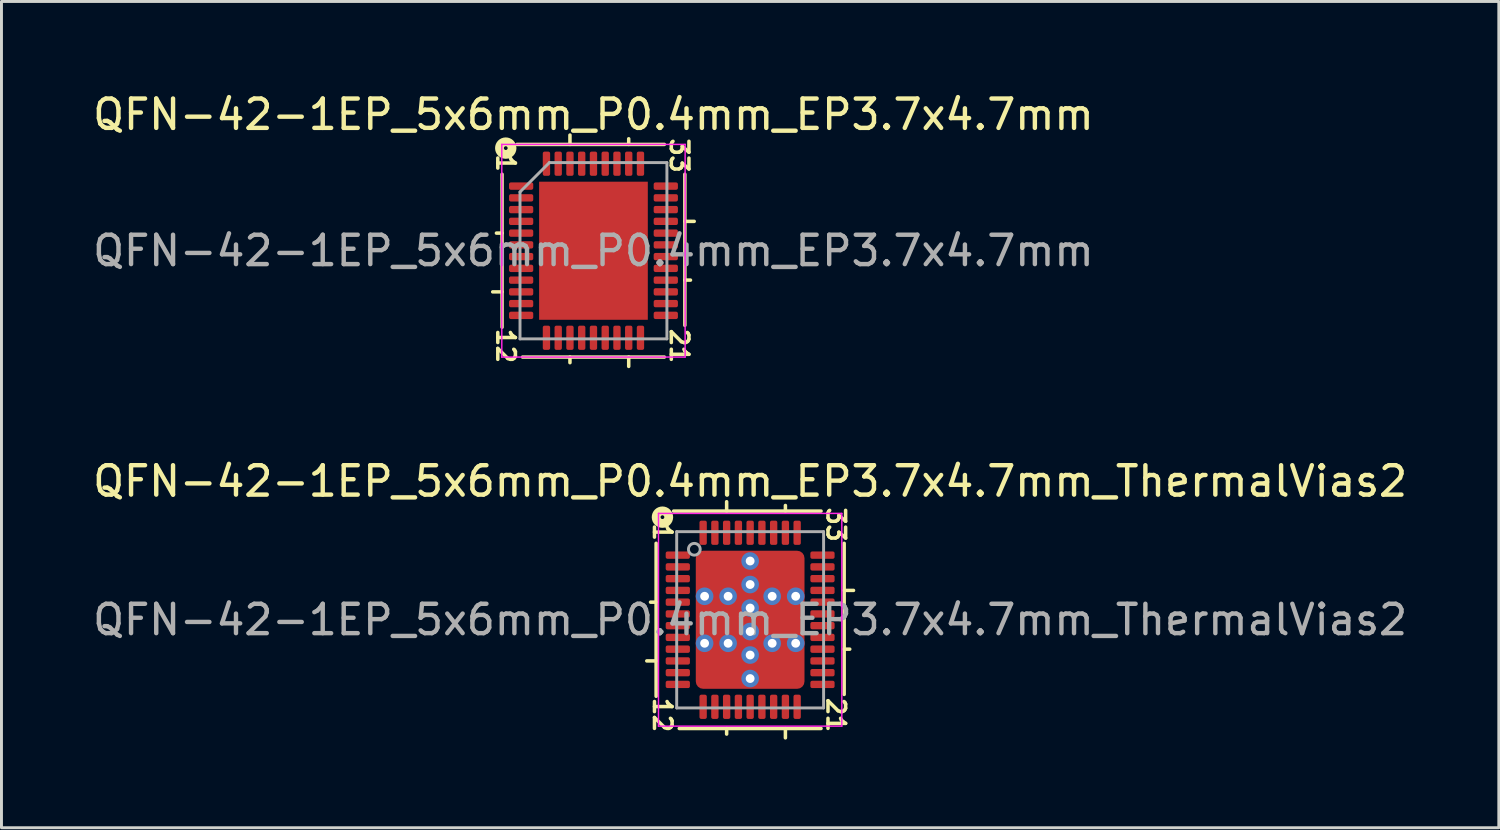
<source format=kicad_pcb>
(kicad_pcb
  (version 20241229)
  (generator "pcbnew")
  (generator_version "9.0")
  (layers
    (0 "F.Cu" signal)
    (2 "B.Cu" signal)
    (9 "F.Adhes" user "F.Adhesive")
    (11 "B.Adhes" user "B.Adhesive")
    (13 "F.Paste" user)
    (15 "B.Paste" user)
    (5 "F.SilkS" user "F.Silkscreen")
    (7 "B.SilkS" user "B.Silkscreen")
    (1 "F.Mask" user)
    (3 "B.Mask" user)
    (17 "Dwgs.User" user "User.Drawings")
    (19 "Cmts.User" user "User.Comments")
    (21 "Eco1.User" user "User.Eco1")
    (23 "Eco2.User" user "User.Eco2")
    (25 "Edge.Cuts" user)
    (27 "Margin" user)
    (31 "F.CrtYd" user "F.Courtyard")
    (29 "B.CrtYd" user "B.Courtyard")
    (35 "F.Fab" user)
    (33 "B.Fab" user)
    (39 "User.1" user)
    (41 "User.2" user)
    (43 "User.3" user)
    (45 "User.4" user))
  (footprint "QFN-42-1EP_5x6mm_P0.4mm_EP3.7x4.7mm_ThermalVias2"
    (layer "F.Cu")
    (at 22.482 18.045)
    (property "Reference" "QFN-42-1EP_5x6mm_P0.4mm_EP3.7x4.7mm_ThermalVias2" (at 0 -4.716 0) (layer "F.SilkS") (effects (font (size 1 1) (thickness 0.15))))
    (attr smd)
    (fp_line (start -3.2 -2.603) (end -3.2 2.603) (stroke (width 0.12) (type solid)) (layer "F.SilkS"))
    (fp_line (start -3.2 -0.6) (end -3.39 -0.6) (stroke (width 0.12) (type solid)) (layer "F.SilkS"))
    (fp_line (start -3.2 1.4) (end -3.518 1.4) (stroke (width 0.12) (type solid)) (layer "F.SilkS"))
    (fp_line (start -2.413 3.7) (end 2.413 3.7) (stroke (width 0.12) (type solid)) (layer "F.SilkS"))
    (fp_line (start -0.8 -4.018) (end -0.8 -3.7) (stroke (width 0.12) (type solid)) (layer "F.SilkS"))
    (fp_line (start -0.8 3.7) (end -0.8 3.89) (stroke (width 0.12) (type solid)) (layer "F.SilkS"))
    (fp_line (start 1.2 -3.89) (end 1.2 -3.7) (stroke (width 0.12) (type solid)) (layer "F.SilkS"))
    (fp_line (start 1.2 3.7) (end 1.2 4.018) (stroke (width 0.12) (type solid)) (layer "F.SilkS"))
    (fp_line (start 2.413 -3.7) (end -2.603 -3.7) (stroke (width 0.12) (type solid)) (layer "F.SilkS"))
    (fp_line (start 3.2 -1) (end 3.518 -1) (stroke (width 0.12) (type solid)) (layer "F.SilkS"))
    (fp_line (start 3.2 1) (end 3.39 1) (stroke (width 0.12) (type solid)) (layer "F.SilkS"))
    (fp_line (start 3.2 2.54) (end 3.2 -2.603) (stroke (width 0.12) (type solid)) (layer "F.SilkS"))
    (fp_circle (center -2.985 -3.493) (end -2.921 -3.493) (stroke (width 0.3) (type solid)) (fill no) (layer "F.SilkS"))
    (fp_line (start -3.12 -3.62) (end -3.12 3.62) (stroke (width 0.05) (type solid)) (layer "F.CrtYd"))
    (fp_line (start -3.12 3.62) (end 3.12 3.62) (stroke (width 0.05) (type solid)) (layer "F.CrtYd"))
    (fp_line (start 3.12 -3.62) (end -3.12 -3.62) (stroke (width 0.05) (type solid)) (layer "F.CrtYd"))
    (fp_line (start 3.12 3.62) (end 3.12 -3.62) (stroke (width 0.05) (type solid)) (layer "F.CrtYd"))
    (fp_line (start -2.5 -3) (end 2.5 -3) (stroke (width 0.1) (type solid)) (layer "F.Fab"))
    (fp_line (start -2.5 3) (end -2.5 -3) (stroke (width 0.1) (type solid)) (layer "F.Fab"))
    (fp_line (start 2.5 -3) (end 2.5 3) (stroke (width 0.1) (type solid)) (layer "F.Fab"))
    (fp_line (start 2.5 3) (end -2.5 3) (stroke (width 0.1) (type solid)) (layer "F.Fab"))
    (fp_circle (center -1.9 -2.4) (end -1.7 -2.4) (stroke (width 0.1) (type solid)) (fill no) (layer "F.Fab"))
    (fp_text user "12" (at -2.985 3.239 270) (unlocked yes) (layer "F.SilkS") (effects (font (size 0.6 0.6) (thickness 0.12))))
    (fp_text user "21" (at 2.921 3.239 270) (unlocked yes) (layer "F.SilkS") (effects (font (size 0.6 0.6) (thickness 0.12))))
    (fp_text user "33" (at 2.921 -3.239 270) (unlocked yes) (layer "F.SilkS") (effects (font (size 0.6 0.6) (thickness 0.12))))
    (fp_text user "1" (at -2.985 -2.985 270) (unlocked yes) (layer "F.SilkS") (effects (font (size 0.6 0.6) (thickness 0.12))))
    (fp_text user "${REFERENCE}" (at 0 0 0) (layer "F.Fab") (effects (font (size 1 1) (thickness 0.15))))
    (pad "" smd roundrect (at -1.363 -1.675) (size 0.475 0.85) (layers "F.Paste") (roundrect_rratio 0.25))
    (pad "" smd roundrect (at -1.363 0) (size 0.475 0.7) (layers "F.Paste") (roundrect_rratio 0.25))
    (pad "" smd roundrect (at -1.363 1.675) (size 0.475 0.85) (layers "F.Paste") (roundrect_rratio 0.25))
    (pad "" smd roundrect (at -1.025 -1.675 90) (size 1.15 1.45) (layers "F.Mask") (roundrect_rratio 0.217))
    (pad "" smd roundrect (at -1.025 0 90) (size 1 1.45) (layers "F.Mask") (roundrect_rratio 0.25))
    (pad "" smd roundrect (at -1.025 1.675 90) (size 1.15 1.45) (layers "F.Mask") (roundrect_rratio 0.217))
    (pad "" smd roundrect (at -0.688 -1.675) (size 0.475 0.85) (layers "F.Paste") (roundrect_rratio 0.25))
    (pad "" smd roundrect (at -0.688 0) (size 0.475 0.7) (layers "F.Paste") (roundrect_rratio 0.25))
    (pad "" smd roundrect (at -0.688 1.675) (size 0.475 0.85) (layers "F.Paste") (roundrect_rratio 0.25))
    (pad "" smd roundrect (at 0.688 -1.675) (size 0.475 0.85) (layers "F.Paste") (roundrect_rratio 0.25))
    (pad "" smd roundrect (at 0.688 0) (size 0.475 0.7) (layers "F.Paste") (roundrect_rratio 0.25))
    (pad "" smd roundrect (at 0.688 1.675) (size 0.475 0.85) (layers "F.Paste") (roundrect_rratio 0.25))
    (pad "" smd roundrect (at 1.025 -1.675 90) (size 1.15 1.45) (layers "F.Mask") (roundrect_rratio 0.217))
    (pad "" smd roundrect (at 1.025 0 90) (size 1 1.45) (layers "F.Mask") (roundrect_rratio 0.25))
    (pad "" smd roundrect (at 1.025 1.675 90) (size 1.15 1.45) (layers "F.Mask") (roundrect_rratio 0.217))
    (pad "" smd roundrect (at 1.363 -1.675) (size 0.475 0.85) (layers "F.Paste") (roundrect_rratio 0.25))
    (pad "" smd roundrect (at 1.363 0) (size 0.475 0.7) (layers "F.Paste") (roundrect_rratio 0.25))
    (pad "" smd roundrect (at 1.363 1.675) (size 0.475 0.85) (layers "F.Paste") (roundrect_rratio 0.25))
    (pad "1" smd roundrect (at -2.462 -2.2) (size 0.825 0.25) (layers "F.Cu" "F.Mask" "F.Paste") (roundrect_rratio 0.25))
    (pad "2" smd roundrect (at -2.462 -1.8) (size 0.825 0.25) (layers "F.Cu" "F.Mask" "F.Paste") (roundrect_rratio 0.25))
    (pad "3" smd roundrect (at -2.462 -1.4) (size 0.825 0.25) (layers "F.Cu" "F.Mask" "F.Paste") (roundrect_rratio 0.25))
    (pad "4" smd roundrect (at -2.462 -1) (size 0.825 0.25) (layers "F.Cu" "F.Mask" "F.Paste") (roundrect_rratio 0.25))
    (pad "5" smd roundrect (at -2.462 -0.6) (size 0.825 0.25) (layers "F.Cu" "F.Mask" "F.Paste") (roundrect_rratio 0.25))
    (pad "6" smd roundrect (at -2.462 -0.2) (size 0.825 0.25) (layers "F.Cu" "F.Mask" "F.Paste") (roundrect_rratio 0.25))
    (pad "7" smd roundrect (at -2.462 0.2) (size 0.825 0.25) (layers "F.Cu" "F.Mask" "F.Paste") (roundrect_rratio 0.25))
    (pad "8" smd roundrect (at -2.462 0.6) (size 0.825 0.25) (layers "F.Cu" "F.Mask" "F.Paste") (roundrect_rratio 0.25))
    (pad "9" smd roundrect (at -2.462 1) (size 0.825 0.25) (layers "F.Cu" "F.Mask" "F.Paste") (roundrect_rratio 0.25))
    (pad "10" smd roundrect (at -2.462 1.4) (size 0.825 0.25) (layers "F.Cu" "F.Mask" "F.Paste") (roundrect_rratio 0.25))
    (pad "11" smd roundrect (at -2.462 1.8) (size 0.825 0.25) (layers "F.Cu" "F.Mask" "F.Paste") (roundrect_rratio 0.25))
    (pad "12" smd roundrect (at -2.462 2.2) (size 0.825 0.25) (layers "F.Cu" "F.Mask" "F.Paste") (roundrect_rratio 0.25))
    (pad "13" smd roundrect (at -1.6 2.962) (size 0.25 0.825) (layers "F.Cu" "F.Mask" "F.Paste") (roundrect_rratio 0.25))
    (pad "14" smd roundrect (at -1.2 2.962) (size 0.25 0.825) (layers "F.Cu" "F.Mask" "F.Paste") (roundrect_rratio 0.25))
    (pad "15" smd roundrect (at -0.8 2.962) (size 0.25 0.825) (layers "F.Cu" "F.Mask" "F.Paste") (roundrect_rratio 0.25))
    (pad "16" smd roundrect (at -0.4 2.962) (size 0.25 0.825) (layers "F.Cu" "F.Mask" "F.Paste") (roundrect_rratio 0.25))
    (pad "17" smd roundrect (at 0 2.962) (size 0.25 0.825) (layers "F.Cu" "F.Mask" "F.Paste") (roundrect_rratio 0.25))
    (pad "18" smd roundrect (at 0.4 2.962) (size 0.25 0.825) (layers "F.Cu" "F.Mask" "F.Paste") (roundrect_rratio 0.25))
    (pad "19" smd roundrect (at 0.8 2.962) (size 0.25 0.825) (layers "F.Cu" "F.Mask" "F.Paste") (roundrect_rratio 0.25))
    (pad "20" smd roundrect (at 1.2 2.962) (size 0.25 0.825) (layers "F.Cu" "F.Mask" "F.Paste") (roundrect_rratio 0.25))
    (pad "21" smd roundrect (at 1.6 2.962) (size 0.25 0.825) (layers "F.Cu" "F.Mask" "F.Paste") (roundrect_rratio 0.25))
    (pad "22" smd roundrect (at 2.462 2.2) (size 0.825 0.25) (layers "F.Cu" "F.Mask" "F.Paste") (roundrect_rratio 0.25))
    (pad "23" smd roundrect (at 2.462 1.8) (size 0.825 0.25) (layers "F.Cu" "F.Mask" "F.Paste") (roundrect_rratio 0.25))
    (pad "24" smd roundrect (at 2.462 1.4) (size 0.825 0.25) (layers "F.Cu" "F.Mask" "F.Paste") (roundrect_rratio 0.25))
    (pad "25" smd roundrect (at 2.462 1) (size 0.825 0.25) (layers "F.Cu" "F.Mask" "F.Paste") (roundrect_rratio 0.25))
    (pad "26" smd roundrect (at 2.462 0.6) (size 0.825 0.25) (layers "F.Cu" "F.Mask" "F.Paste") (roundrect_rratio 0.25))
    (pad "27" smd roundrect (at 2.462 0.2) (size 0.825 0.25) (layers "F.Cu" "F.Mask" "F.Paste") (roundrect_rratio 0.25))
    (pad "28" smd roundrect (at 2.462 -0.2) (size 0.825 0.25) (layers "F.Cu" "F.Mask" "F.Paste") (roundrect_rratio 0.25))
    (pad "29" smd roundrect (at 2.462 -0.6) (size 0.825 0.25) (layers "F.Cu" "F.Mask" "F.Paste") (roundrect_rratio 0.25))
    (pad "30" smd roundrect (at 2.462 -1) (size 0.825 0.25) (layers "F.Cu" "F.Mask" "F.Paste") (roundrect_rratio 0.25))
    (pad "31" smd roundrect (at 2.462 -1.4) (size 0.825 0.25) (layers "F.Cu" "F.Mask" "F.Paste") (roundrect_rratio 0.25))
    (pad "32" smd roundrect (at 2.462 -1.8) (size 0.825 0.25) (layers "F.Cu" "F.Mask" "F.Paste") (roundrect_rratio 0.25))
    (pad "33" smd roundrect (at 2.462 -2.2) (size 0.825 0.25) (layers "F.Cu" "F.Mask" "F.Paste") (roundrect_rratio 0.25))
    (pad "34" smd roundrect (at 1.6 -2.962) (size 0.25 0.825) (layers "F.Cu" "F.Mask" "F.Paste") (roundrect_rratio 0.25))
    (pad "35" smd roundrect (at 1.2 -2.962) (size 0.25 0.825) (layers "F.Cu" "F.Mask" "F.Paste") (roundrect_rratio 0.25))
    (pad "36" smd roundrect (at 0.8 -2.962) (size 0.25 0.825) (layers "F.Cu" "F.Mask" "F.Paste") (roundrect_rratio 0.25))
    (pad "37" smd roundrect (at 0.4 -2.962) (size 0.25 0.825) (layers "F.Cu" "F.Mask" "F.Paste") (roundrect_rratio 0.25))
    (pad "38" smd roundrect (at 0 -2.962) (size 0.25 0.825) (layers "F.Cu" "F.Mask" "F.Paste") (roundrect_rratio 0.25))
    (pad "39" smd roundrect (at -0.4 -2.962) (size 0.25 0.825) (layers "F.Cu" "F.Mask" "F.Paste") (roundrect_rratio 0.25))
    (pad "40" smd roundrect (at -0.8 -2.962) (size 0.25 0.825) (layers "F.Cu" "F.Mask" "F.Paste") (roundrect_rratio 0.25))
    (pad "41" smd roundrect (at -1.2 -2.962) (size 0.25 0.825) (layers "F.Cu" "F.Mask" "F.Paste") (roundrect_rratio 0.25))
    (pad "42" smd roundrect (at -1.6 -2.962) (size 0.25 0.825) (layers "F.Cu" "F.Mask" "F.Paste") (roundrect_rratio 0.25))
    (pad "43" thru_hole circle (at -1.55 -0.8) (size 0.6 0.6) (drill 0.3) (property pad_prop_heatsink) (layers "*.Cu" "*.Mask"))
    (pad "43" thru_hole circle (at -1.55 0.8) (size 0.6 0.6) (drill 0.3) (property pad_prop_heatsink) (layers "*.Cu" "*.Mask"))
    (pad "43" thru_hole circle (at -0.75 -0.8) (size 0.6 0.6) (drill 0.3) (property pad_prop_heatsink) (layers "*.Cu" "*.Mask"))
    (pad "43" thru_hole circle (at -0.75 0.8) (size 0.6 0.6) (drill 0.3) (property pad_prop_heatsink) (layers "*.Cu" "*.Mask"))
    (pad "43" thru_hole circle (at 0 -2) (size 0.6 0.6) (drill 0.3) (property pad_prop_heatsink) (layers "*.Cu" "*.Mask"))
    (pad "43" thru_hole circle (at 0 -1.2) (size 0.6 0.6) (drill 0.3) (property pad_prop_heatsink) (layers "*.Cu" "*.Mask"))
    (pad "43" thru_hole circle (at 0 -0.4) (size 0.6 0.6) (drill 0.3) (property pad_prop_heatsink) (layers "*.Cu" "*.Mask"))
    (pad "43" smd roundrect (at 0 0) (size 3.7 4.7) (layers "F.Cu") (roundrect_rratio 0.068))
    (pad "43" thru_hole circle (at 0 0.4) (size 0.6 0.6) (drill 0.3) (property pad_prop_heatsink) (layers "*.Cu" "*.Mask"))
    (pad "43" thru_hole circle (at 0 1.2) (size 0.6 0.6) (drill 0.3) (property pad_prop_heatsink) (layers "*.Cu" "*.Mask"))
    (pad "43" thru_hole circle (at 0 2) (size 0.6 0.6) (drill 0.3) (property pad_prop_heatsink) (layers "*.Cu" "*.Mask"))
    (pad "43" thru_hole circle (at 0.75 -0.8) (size 0.6 0.6) (drill 0.3) (property pad_prop_heatsink) (layers "*.Cu" "*.Mask"))
    (pad "43" thru_hole circle (at 0.75 0.8) (size 0.6 0.6) (drill 0.3) (property pad_prop_heatsink) (layers "*.Cu" "*.Mask"))
    (pad "43" thru_hole circle (at 1.55 -0.8) (size 0.6 0.6) (drill 0.3) (property pad_prop_heatsink) (layers "*.Cu" "*.Mask"))
    (pad "43" thru_hole circle (at 1.55 0.8) (size 0.6 0.6) (drill 0.3) (property pad_prop_heatsink) (layers "*.Cu" "*.Mask")))
  (footprint "QFN-42-1EP_5x6mm_P0.4mm_EP3.7x4.7mm"
    (layer "F.Cu")
    (at 17.149 5.484)
    (property "Reference" "QFN-42-1EP_5x6mm_P0.4mm_EP3.7x4.7mm" (at 0 -4.636 0) (layer "F.SilkS") (effects (font (size 1 1) (thickness 0.15))))
    (attr smd)
    (fp_line (start -3.111 -2.603) (end -3.111 2.603) (stroke (width 0.12) (type solid)) (layer "F.SilkS"))
    (fp_line (start -3.111 -0.6) (end -3.302 -0.6) (stroke (width 0.12) (type solid)) (layer "F.SilkS"))
    (fp_line (start -3.111 1.4) (end -3.429 1.4) (stroke (width 0.12) (type solid)) (layer "F.SilkS"))
    (fp_line (start -2.413 3.619) (end 2.413 3.619) (stroke (width 0.12) (type solid)) (layer "F.SilkS"))
    (fp_line (start -0.8 -3.937) (end -0.8 -3.619) (stroke (width 0.12) (type solid)) (layer "F.SilkS"))
    (fp_line (start -0.8 3.619) (end -0.8 3.81) (stroke (width 0.12) (type solid)) (layer "F.SilkS"))
    (fp_line (start 1.2 -3.81) (end 1.2 -3.619) (stroke (width 0.12) (type solid)) (layer "F.SilkS"))
    (fp_line (start 1.2 3.619) (end 1.2 3.937) (stroke (width 0.12) (type solid)) (layer "F.SilkS"))
    (fp_line (start 2.413 -3.619) (end -2.603 -3.619) (stroke (width 0.12) (type solid)) (layer "F.SilkS"))
    (fp_line (start 3.111 -1) (end 3.429 -1) (stroke (width 0.12) (type solid)) (layer "F.SilkS"))
    (fp_line (start 3.111 1) (end 3.302 1) (stroke (width 0.12) (type solid)) (layer "F.SilkS"))
    (fp_line (start 3.111 2.54) (end 3.111 -2.603) (stroke (width 0.12) (type solid)) (layer "F.SilkS"))
    (fp_circle (center -2.985 -3.493) (end -2.921 -3.493) (stroke (width 0.3) (type solid)) (fill no) (layer "F.SilkS"))
    (fp_line (start -3.12 -3.62) (end -3.12 3.62) (stroke (width 0.05) (type solid)) (layer "F.CrtYd"))
    (fp_line (start -3.12 3.62) (end 3.12 3.62) (stroke (width 0.05) (type solid)) (layer "F.CrtYd"))
    (fp_line (start 3.12 -3.62) (end -3.12 -3.62) (stroke (width 0.05) (type solid)) (layer "F.CrtYd"))
    (fp_line (start 3.12 3.62) (end 3.12 -3.62) (stroke (width 0.05) (type solid)) (layer "F.CrtYd"))
    (fp_line (start -2.5 -2) (end -1.5 -3) (stroke (width 0.1) (type solid)) (layer "F.Fab"))
    (fp_line (start -2.5 3) (end -2.5 -2) (stroke (width 0.1) (type solid)) (layer "F.Fab"))
    (fp_line (start -1.5 -3) (end 2.5 -3) (stroke (width 0.1) (type solid)) (layer "F.Fab"))
    (fp_line (start 2.5 -3) (end 2.5 3) (stroke (width 0.1) (type solid)) (layer "F.Fab"))
    (fp_line (start 2.5 3) (end -2.5 3) (stroke (width 0.1) (type solid)) (layer "F.Fab"))
    (fp_text user "33" (at 2.921 -3.239 270) (unlocked yes) (layer "F.SilkS") (effects (font (size 0.6 0.6) (thickness 0.12))))
    (fp_text user "12" (at -2.985 3.239 270) (unlocked yes) (layer "F.SilkS") (effects (font (size 0.6 0.6) (thickness 0.12))))
    (fp_text user "1" (at -2.985 -2.985 270) (unlocked yes) (layer "F.SilkS") (effects (font (size 0.6 0.6) (thickness 0.12))))
    (fp_text user "21" (at 2.921 3.239 270) (unlocked yes) (layer "F.SilkS") (effects (font (size 0.6 0.6) (thickness 0.12))))
    (fp_text user "${REFERENCE}" (at 0 0 0) (layer "F.Fab") (effects (font (size 1 1) (thickness 0.15))))
    (pad "" smd roundrect (at -1.23 -1.77) (size 0.99 0.95) (layers "F.Paste") (roundrect_rratio 0.25))
    (pad "" smd roundrect (at -1.23 -0.59) (size 0.99 0.95) (layers "F.Paste") (roundrect_rratio 0.25))
    (pad "" smd roundrect (at -1.23 0.59) (size 0.99 0.95) (layers "F.Paste") (roundrect_rratio 0.25))
    (pad "" smd roundrect (at -1.23 1.77) (size 0.99 0.95) (layers "F.Paste") (roundrect_rratio 0.25))
    (pad "" smd roundrect (at 0 -1.77) (size 0.99 0.95) (layers "F.Paste") (roundrect_rratio 0.25))
    (pad "" smd roundrect (at 0 -0.59) (size 0.99 0.95) (layers "F.Paste") (roundrect_rratio 0.25))
    (pad "" smd roundrect (at 0 0.59) (size 0.99 0.95) (layers "F.Paste") (roundrect_rratio 0.25))
    (pad "" smd roundrect (at 0 1.77) (size 0.99 0.95) (layers "F.Paste") (roundrect_rratio 0.25))
    (pad "" smd roundrect (at 1.23 -1.77) (size 0.99 0.95) (layers "F.Paste") (roundrect_rratio 0.25))
    (pad "" smd roundrect (at 1.23 -0.59) (size 0.99 0.95) (layers "F.Paste") (roundrect_rratio 0.25))
    (pad "" smd roundrect (at 1.23 0.59) (size 0.99 0.95) (layers "F.Paste") (roundrect_rratio 0.25))
    (pad "" smd roundrect (at 1.23 1.77) (size 0.99 0.95) (layers "F.Paste") (roundrect_rratio 0.25))
    (pad "1" smd roundrect (at -2.462 -2.2) (size 0.825 0.25) (layers "F.Cu" "F.Mask" "F.Paste") (roundrect_rratio 0.25))
    (pad "2" smd roundrect (at -2.462 -1.8) (size 0.825 0.25) (layers "F.Cu" "F.Mask" "F.Paste") (roundrect_rratio 0.25))
    (pad "3" smd roundrect (at -2.462 -1.4) (size 0.825 0.25) (layers "F.Cu" "F.Mask" "F.Paste") (roundrect_rratio 0.25))
    (pad "4" smd roundrect (at -2.462 -1) (size 0.825 0.25) (layers "F.Cu" "F.Mask" "F.Paste") (roundrect_rratio 0.25))
    (pad "5" smd roundrect (at -2.462 -0.6) (size 0.825 0.25) (layers "F.Cu" "F.Mask" "F.Paste") (roundrect_rratio 0.25))
    (pad "6" smd roundrect (at -2.462 -0.2) (size 0.825 0.25) (layers "F.Cu" "F.Mask" "F.Paste") (roundrect_rratio 0.25))
    (pad "7" smd roundrect (at -2.462 0.2) (size 0.825 0.25) (layers "F.Cu" "F.Mask" "F.Paste") (roundrect_rratio 0.25))
    (pad "8" smd roundrect (at -2.462 0.6) (size 0.825 0.25) (layers "F.Cu" "F.Mask" "F.Paste") (roundrect_rratio 0.25))
    (pad "9" smd roundrect (at -2.462 1) (size 0.825 0.25) (layers "F.Cu" "F.Mask" "F.Paste") (roundrect_rratio 0.25))
    (pad "10" smd roundrect (at -2.462 1.4) (size 0.825 0.25) (layers "F.Cu" "F.Mask" "F.Paste") (roundrect_rratio 0.25))
    (pad "11" smd roundrect (at -2.462 1.8) (size 0.825 0.25) (layers "F.Cu" "F.Mask" "F.Paste") (roundrect_rratio 0.25))
    (pad "12" smd roundrect (at -2.462 2.2) (size 0.825 0.25) (layers "F.Cu" "F.Mask" "F.Paste") (roundrect_rratio 0.25))
    (pad "13" smd roundrect (at -1.6 2.962) (size 0.25 0.825) (layers "F.Cu" "F.Mask" "F.Paste") (roundrect_rratio 0.25))
    (pad "14" smd roundrect (at -1.2 2.962) (size 0.25 0.825) (layers "F.Cu" "F.Mask" "F.Paste") (roundrect_rratio 0.25))
    (pad "15" smd roundrect (at -0.8 2.962) (size 0.25 0.825) (layers "F.Cu" "F.Mask" "F.Paste") (roundrect_rratio 0.25))
    (pad "16" smd roundrect (at -0.4 2.962) (size 0.25 0.825) (layers "F.Cu" "F.Mask" "F.Paste") (roundrect_rratio 0.25))
    (pad "17" smd roundrect (at 0 2.962) (size 0.25 0.825) (layers "F.Cu" "F.Mask" "F.Paste") (roundrect_rratio 0.25))
    (pad "18" smd roundrect (at 0.4 2.962) (size 0.25 0.825) (layers "F.Cu" "F.Mask" "F.Paste") (roundrect_rratio 0.25))
    (pad "19" smd roundrect (at 0.8 2.962) (size 0.25 0.825) (layers "F.Cu" "F.Mask" "F.Paste") (roundrect_rratio 0.25))
    (pad "20" smd roundrect (at 1.2 2.962) (size 0.25 0.825) (layers "F.Cu" "F.Mask" "F.Paste") (roundrect_rratio 0.25))
    (pad "21" smd roundrect (at 1.6 2.962) (size 0.25 0.825) (layers "F.Cu" "F.Mask" "F.Paste") (roundrect_rratio 0.25))
    (pad "22" smd roundrect (at 2.462 2.2) (size 0.825 0.25) (layers "F.Cu" "F.Mask" "F.Paste") (roundrect_rratio 0.25))
    (pad "23" smd roundrect (at 2.462 1.8) (size 0.825 0.25) (layers "F.Cu" "F.Mask" "F.Paste") (roundrect_rratio 0.25))
    (pad "24" smd roundrect (at 2.462 1.4) (size 0.825 0.25) (layers "F.Cu" "F.Mask" "F.Paste") (roundrect_rratio 0.25))
    (pad "25" smd roundrect (at 2.462 1) (size 0.825 0.25) (layers "F.Cu" "F.Mask" "F.Paste") (roundrect_rratio 0.25))
    (pad "26" smd roundrect (at 2.462 0.6) (size 0.825 0.25) (layers "F.Cu" "F.Mask" "F.Paste") (roundrect_rratio 0.25))
    (pad "27" smd roundrect (at 2.462 0.2) (size 0.825 0.25) (layers "F.Cu" "F.Mask" "F.Paste") (roundrect_rratio 0.25))
    (pad "28" smd roundrect (at 2.462 -0.2) (size 0.825 0.25) (layers "F.Cu" "F.Mask" "F.Paste") (roundrect_rratio 0.25))
    (pad "29" smd roundrect (at 2.462 -0.6) (size 0.825 0.25) (layers "F.Cu" "F.Mask" "F.Paste") (roundrect_rratio 0.25))
    (pad "30" smd roundrect (at 2.462 -1) (size 0.825 0.25) (layers "F.Cu" "F.Mask" "F.Paste") (roundrect_rratio 0.25))
    (pad "31" smd roundrect (at 2.462 -1.4) (size 0.825 0.25) (layers "F.Cu" "F.Mask" "F.Paste") (roundrect_rratio 0.25))
    (pad "32" smd roundrect (at 2.462 -1.8) (size 0.825 0.25) (layers "F.Cu" "F.Mask" "F.Paste") (roundrect_rratio 0.25))
    (pad "33" smd roundrect (at 2.462 -2.2) (size 0.825 0.25) (layers "F.Cu" "F.Mask" "F.Paste") (roundrect_rratio 0.25))
    (pad "34" smd roundrect (at 1.6 -2.962) (size 0.25 0.825) (layers "F.Cu" "F.Mask" "F.Paste") (roundrect_rratio 0.25))
    (pad "35" smd roundrect (at 1.2 -2.962) (size 0.25 0.825) (layers "F.Cu" "F.Mask" "F.Paste") (roundrect_rratio 0.25))
    (pad "36" smd roundrect (at 0.8 -2.962) (size 0.25 0.825) (layers "F.Cu" "F.Mask" "F.Paste") (roundrect_rratio 0.25))
    (pad "37" smd roundrect (at 0.4 -2.962) (size 0.25 0.825) (layers "F.Cu" "F.Mask" "F.Paste") (roundrect_rratio 0.25))
    (pad "38" smd roundrect (at 0 -2.962) (size 0.25 0.825) (layers "F.Cu" "F.Mask" "F.Paste") (roundrect_rratio 0.25))
    (pad "39" smd roundrect (at -0.4 -2.962) (size 0.25 0.825) (layers "F.Cu" "F.Mask" "F.Paste") (roundrect_rratio 0.25))
    (pad "40" smd roundrect (at -0.8 -2.962) (size 0.25 0.825) (layers "F.Cu" "F.Mask" "F.Paste") (roundrect_rratio 0.25))
    (pad "41" smd roundrect (at -1.2 -2.962) (size 0.25 0.825) (layers "F.Cu" "F.Mask" "F.Paste") (roundrect_rratio 0.25))
    (pad "42" smd roundrect (at -1.6 -2.962) (size 0.25 0.825) (layers "F.Cu" "F.Mask" "F.Paste") (roundrect_rratio 0.25))
    (pad "43" smd rect (at 0 0) (size 3.7 4.7) (layers "F.Cu" "F.Mask")))
  (gr_rect
    (start -3 -3)
    (end 47.964 25.122)
    (stroke (width 0.1) (type default))
    (fill no)
    (layer "Edge.Cuts")))
</source>
